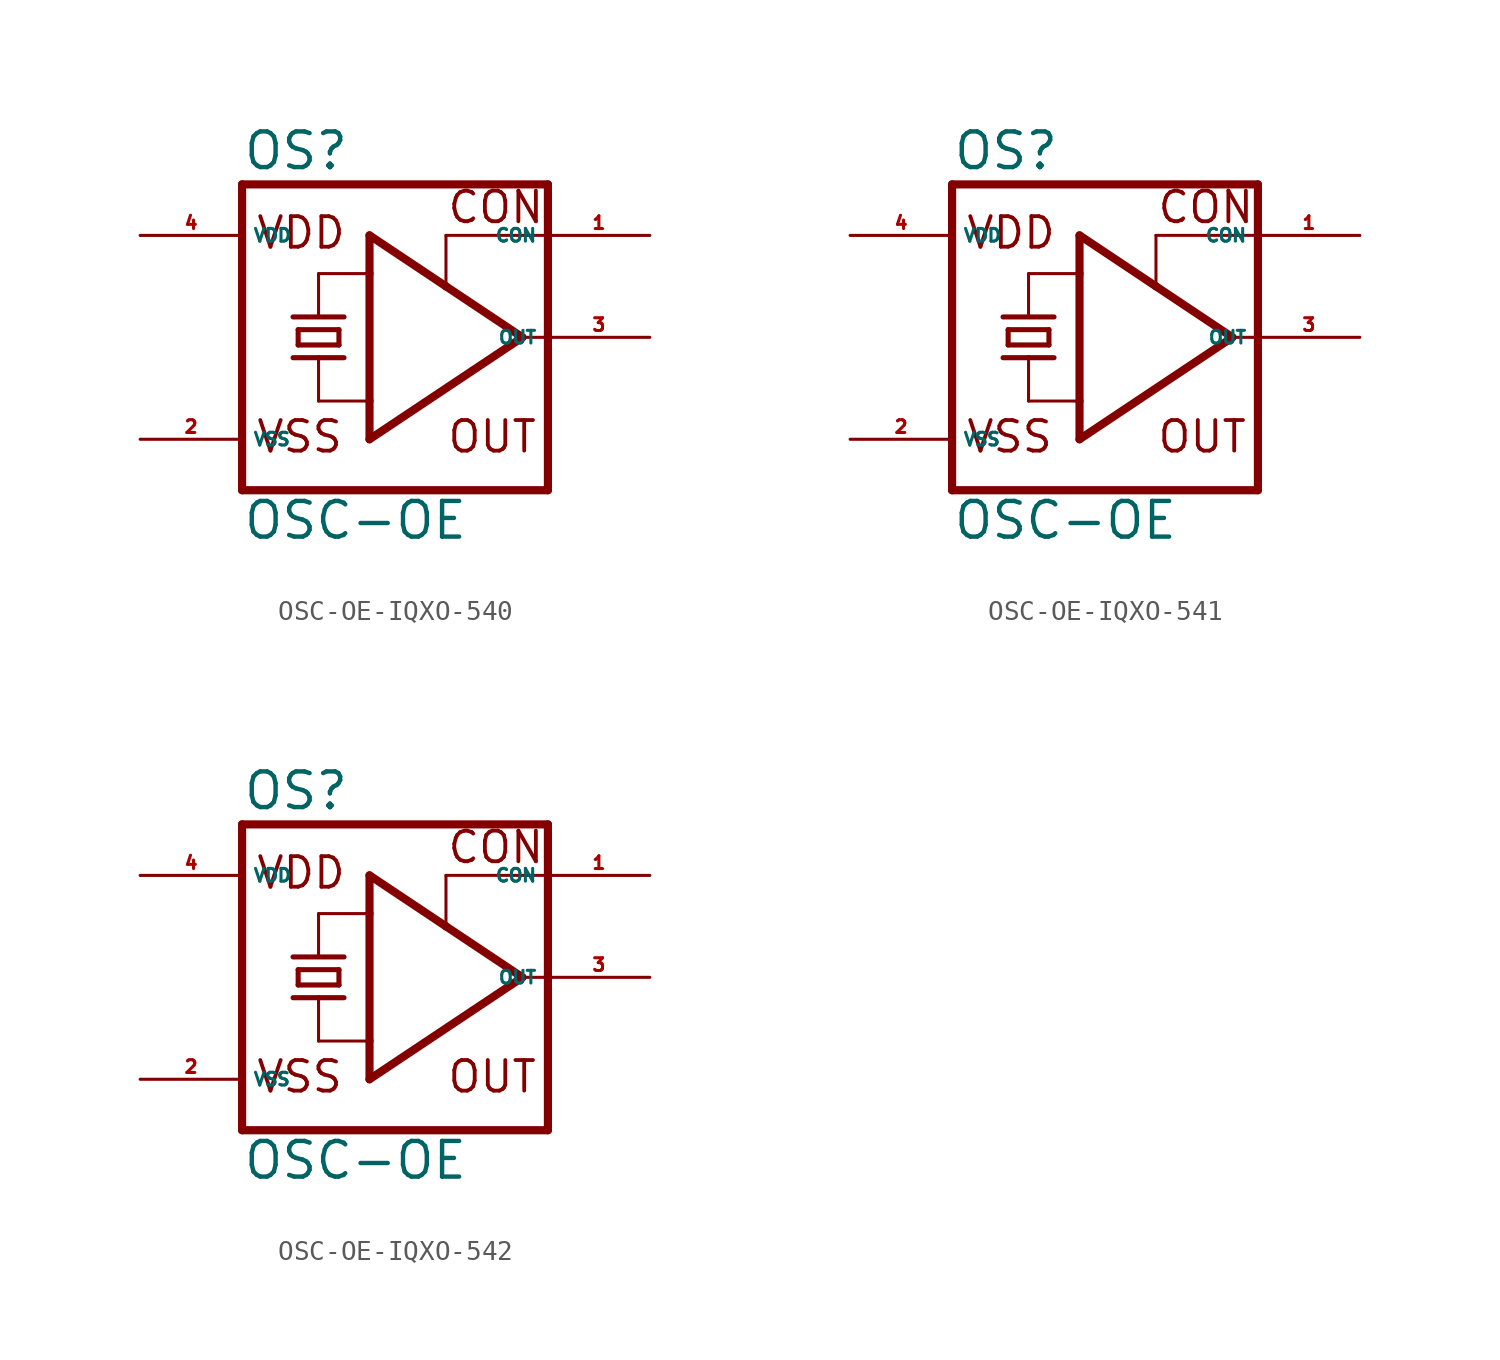
<source format=kicad_sym>
(kicad_symbol_lib
  (version 20220914)
  (generator Eagle2Kicad)
  (symbol "OSC-OE-IQXO-540"
    (property "Reference" "OS"
      (at -7.62 8.255 0)
      (effects (font (size 1.778 1.778) (thickness 0.22)) (justify left bottom)))
    (property "Value" "OSC-OE"
      (at -7.62 -10.16 0)
      (effects (font (size 1.778 1.778) (thickness 0.22)) (justify left bottom)))
    (polyline
      (pts (xy -7.62 7.62) (xy -7.62 -7.62))
      (stroke (width 0.406) (type default))
      (fill (type none)))
    (polyline
      (pts (xy 7.62 -7.62) (xy -7.62 -7.62))
      (stroke (width 0.406) (type default))
      (fill (type none)))
    (polyline
      (pts (xy 7.62 -7.62) (xy 7.62 0))
      (stroke (width 0.406) (type default))
      (fill (type none)))
    (polyline
      (pts (xy 7.62 0) (xy 7.62 5.08))
      (stroke (width 0.406) (type default))
      (fill (type none)))
    (polyline
      (pts (xy 7.62 5.08) (xy 7.62 7.62))
      (stroke (width 0.406) (type default))
      (fill (type none)))
    (polyline
      (pts (xy -7.62 7.62) (xy 7.62 7.62))
      (stroke (width 0.406) (type default))
      (fill (type none)))
    (polyline
      (pts (xy -1.27 5.08) (xy 2.54 2.54))
      (stroke (width 0.406) (type default))
      (fill (type none)))
    (polyline
      (pts (xy 2.54 2.54) (xy 6.35 0))
      (stroke (width 0.406) (type default))
      (fill (type none)))
    (polyline
      (pts (xy 6.35 0) (xy -1.27 -5.08))
      (stroke (width 0.406) (type default))
      (fill (type none)))
    (polyline
      (pts (xy -1.27 -5.08) (xy -1.27 -3.175))
      (stroke (width 0.406) (type default))
      (fill (type none)))
    (polyline
      (pts (xy -1.27 -3.175) (xy -1.27 3.175))
      (stroke (width 0.406) (type default))
      (fill (type none)))
    (polyline
      (pts (xy -1.27 3.175) (xy -1.27 5.08))
      (stroke (width 0.406) (type default))
      (fill (type none)))
    (polyline
      (pts (xy -3.81 3.175) (xy -1.27 3.175))
      (stroke (width 0.152) (type default))
      (fill (type none)))
    (polyline
      (pts (xy -3.81 -3.175) (xy -1.27 -3.175))
      (stroke (width 0.152) (type default))
      (fill (type none)))
    (polyline
      (pts (xy 6.35 0) (xy 7.62 0))
      (stroke (width 0.152) (type default))
      (fill (type none)))
    (polyline
      (pts (xy 7.62 5.08) (xy 2.54 5.08))
      (stroke (width 0.152) (type default))
      (fill (type none)))
    (polyline
      (pts (xy 2.54 5.08) (xy 2.54 2.54))
      (stroke (width 0.152) (type default))
      (fill (type none)))
    (polyline
      (pts (xy -4.826 -0.381) (xy -4.826 0.381))
      (stroke (width 0.254) (type default))
      (fill (type none)))
    (polyline
      (pts (xy -4.826 0.381) (xy -2.794 0.381))
      (stroke (width 0.254) (type default))
      (fill (type none)))
    (polyline
      (pts (xy -2.794 0.381) (xy -2.794 -0.381))
      (stroke (width 0.254) (type default))
      (fill (type none)))
    (polyline
      (pts (xy -4.826 -0.381) (xy -2.794 -0.381))
      (stroke (width 0.254) (type default))
      (fill (type none)))
    (polyline
      (pts (xy -5.08 -1.016) (xy -3.81 -1.016))
      (stroke (width 0.254) (type default))
      (fill (type none)))
    (polyline
      (pts (xy -3.81 -1.016) (xy -2.54 -1.016))
      (stroke (width 0.254) (type default))
      (fill (type none)))
    (polyline
      (pts (xy -3.81 1.016) (xy -3.81 3.175))
      (stroke (width 0.152) (type default))
      (fill (type none)))
    (polyline
      (pts (xy -3.81 -3.175) (xy -3.81 -1.016))
      (stroke (width 0.152) (type default))
      (fill (type none)))
    (polyline
      (pts (xy -5.08 1.016) (xy -2.54 1.016))
      (stroke (width 0.254) (type default))
      (fill (type none)))
    (text "VDD"
      (at -6.985 4.318 0)
      (effects (font (size 1.524 1.524) (thickness 0.19)) (justify left bottom)))
    (text "VSS"
      (at -6.985 -5.842 0)
      (effects (font (size 1.524 1.524) (thickness 0.19)) (justify left bottom)))
    (text "OUT"
      (at 2.54 -5.842 0)
      (effects (font (size 1.524 1.524) (thickness 0.19)) (justify left bottom)))
    (text "CON"
      (at 2.54 5.588 0)
      (effects (font (size 1.524 1.524) (thickness 0.19)) (justify left bottom)))
    (pin unspecified line
      (at -12.7 -5.08 0)
      (length 5.08)
      (name "VSS" (effects (font (size 0.635 0.635) (thickness 0.08)) (justify left bottom)))
      (number "2" (effects (font (size 0.635 0.635) (thickness 0.08)) (justify left bottom))))
    (pin unspecified line
      (at -12.7 5.08 0)
      (length 5.08)
      (name "VDD" (effects (font (size 0.635 0.635) (thickness 0.08)) (justify left bottom)))
      (number "4" (effects (font (size 0.635 0.635) (thickness 0.08)) (justify left bottom))))
    (pin output line
      (at 12.7 0 180)
      (length 5.08)
      (name "OUT" (effects (font (size 0.635 0.635) (thickness 0.08)) (justify left bottom)))
      (number "3" (effects (font (size 0.635 0.635) (thickness 0.08)) (justify left bottom))))
    (pin input line
      (at 12.7 5.08 180)
      (length 5.08)
      (name "CON" (effects (font (size 0.635 0.635) (thickness 0.08)) (justify left bottom)))
      (number "1" (effects (font (size 0.635 0.635) (thickness 0.08)) (justify left bottom)))))
  (symbol "OSC-OE-IQXO-541"
    (property "Reference" "OS"
      (at -7.62 8.255 0)
      (effects (font (size 1.778 1.778) (thickness 0.22)) (justify left bottom)))
    (property "Value" "OSC-OE"
      (at -7.62 -10.16 0)
      (effects (font (size 1.778 1.778) (thickness 0.22)) (justify left bottom)))
    (polyline
      (pts (xy -7.62 7.62) (xy -7.62 -7.62))
      (stroke (width 0.406) (type default))
      (fill (type none)))
    (polyline
      (pts (xy 7.62 -7.62) (xy -7.62 -7.62))
      (stroke (width 0.406) (type default))
      (fill (type none)))
    (polyline
      (pts (xy 7.62 -7.62) (xy 7.62 0))
      (stroke (width 0.406) (type default))
      (fill (type none)))
    (polyline
      (pts (xy 7.62 0) (xy 7.62 5.08))
      (stroke (width 0.406) (type default))
      (fill (type none)))
    (polyline
      (pts (xy 7.62 5.08) (xy 7.62 7.62))
      (stroke (width 0.406) (type default))
      (fill (type none)))
    (polyline
      (pts (xy -7.62 7.62) (xy 7.62 7.62))
      (stroke (width 0.406) (type default))
      (fill (type none)))
    (polyline
      (pts (xy -1.27 5.08) (xy 2.54 2.54))
      (stroke (width 0.406) (type default))
      (fill (type none)))
    (polyline
      (pts (xy 2.54 2.54) (xy 6.35 0))
      (stroke (width 0.406) (type default))
      (fill (type none)))
    (polyline
      (pts (xy 6.35 0) (xy -1.27 -5.08))
      (stroke (width 0.406) (type default))
      (fill (type none)))
    (polyline
      (pts (xy -1.27 -5.08) (xy -1.27 -3.175))
      (stroke (width 0.406) (type default))
      (fill (type none)))
    (polyline
      (pts (xy -1.27 -3.175) (xy -1.27 3.175))
      (stroke (width 0.406) (type default))
      (fill (type none)))
    (polyline
      (pts (xy -1.27 3.175) (xy -1.27 5.08))
      (stroke (width 0.406) (type default))
      (fill (type none)))
    (polyline
      (pts (xy -3.81 3.175) (xy -1.27 3.175))
      (stroke (width 0.152) (type default))
      (fill (type none)))
    (polyline
      (pts (xy -3.81 -3.175) (xy -1.27 -3.175))
      (stroke (width 0.152) (type default))
      (fill (type none)))
    (polyline
      (pts (xy 6.35 0) (xy 7.62 0))
      (stroke (width 0.152) (type default))
      (fill (type none)))
    (polyline
      (pts (xy 7.62 5.08) (xy 2.54 5.08))
      (stroke (width 0.152) (type default))
      (fill (type none)))
    (polyline
      (pts (xy 2.54 5.08) (xy 2.54 2.54))
      (stroke (width 0.152) (type default))
      (fill (type none)))
    (polyline
      (pts (xy -4.826 -0.381) (xy -4.826 0.381))
      (stroke (width 0.254) (type default))
      (fill (type none)))
    (polyline
      (pts (xy -4.826 0.381) (xy -2.794 0.381))
      (stroke (width 0.254) (type default))
      (fill (type none)))
    (polyline
      (pts (xy -2.794 0.381) (xy -2.794 -0.381))
      (stroke (width 0.254) (type default))
      (fill (type none)))
    (polyline
      (pts (xy -4.826 -0.381) (xy -2.794 -0.381))
      (stroke (width 0.254) (type default))
      (fill (type none)))
    (polyline
      (pts (xy -5.08 -1.016) (xy -3.81 -1.016))
      (stroke (width 0.254) (type default))
      (fill (type none)))
    (polyline
      (pts (xy -3.81 -1.016) (xy -2.54 -1.016))
      (stroke (width 0.254) (type default))
      (fill (type none)))
    (polyline
      (pts (xy -3.81 1.016) (xy -3.81 3.175))
      (stroke (width 0.152) (type default))
      (fill (type none)))
    (polyline
      (pts (xy -3.81 -3.175) (xy -3.81 -1.016))
      (stroke (width 0.152) (type default))
      (fill (type none)))
    (polyline
      (pts (xy -5.08 1.016) (xy -2.54 1.016))
      (stroke (width 0.254) (type default))
      (fill (type none)))
    (text "VDD"
      (at -6.985 4.318 0)
      (effects (font (size 1.524 1.524) (thickness 0.19)) (justify left bottom)))
    (text "VSS"
      (at -6.985 -5.842 0)
      (effects (font (size 1.524 1.524) (thickness 0.19)) (justify left bottom)))
    (text "OUT"
      (at 2.54 -5.842 0)
      (effects (font (size 1.524 1.524) (thickness 0.19)) (justify left bottom)))
    (text "CON"
      (at 2.54 5.588 0)
      (effects (font (size 1.524 1.524) (thickness 0.19)) (justify left bottom)))
    (pin unspecified line
      (at -12.7 -5.08 0)
      (length 5.08)
      (name "VSS" (effects (font (size 0.635 0.635) (thickness 0.08)) (justify left bottom)))
      (number "2" (effects (font (size 0.635 0.635) (thickness 0.08)) (justify left bottom))))
    (pin unspecified line
      (at -12.7 5.08 0)
      (length 5.08)
      (name "VDD" (effects (font (size 0.635 0.635) (thickness 0.08)) (justify left bottom)))
      (number "4" (effects (font (size 0.635 0.635) (thickness 0.08)) (justify left bottom))))
    (pin output line
      (at 12.7 0 180)
      (length 5.08)
      (name "OUT" (effects (font (size 0.635 0.635) (thickness 0.08)) (justify left bottom)))
      (number "3" (effects (font (size 0.635 0.635) (thickness 0.08)) (justify left bottom))))
    (pin input line
      (at 12.7 5.08 180)
      (length 5.08)
      (name "CON" (effects (font (size 0.635 0.635) (thickness 0.08)) (justify left bottom)))
      (number "1" (effects (font (size 0.635 0.635) (thickness 0.08)) (justify left bottom)))))
  (symbol "OSC-OE-IQXO-542"
    (property "Reference" "OS"
      (at -7.62 8.255 0)
      (effects (font (size 1.778 1.778) (thickness 0.22)) (justify left bottom)))
    (property "Value" "OSC-OE"
      (at -7.62 -10.16 0)
      (effects (font (size 1.778 1.778) (thickness 0.22)) (justify left bottom)))
    (polyline
      (pts (xy -7.62 7.62) (xy -7.62 -7.62))
      (stroke (width 0.406) (type default))
      (fill (type none)))
    (polyline
      (pts (xy 7.62 -7.62) (xy -7.62 -7.62))
      (stroke (width 0.406) (type default))
      (fill (type none)))
    (polyline
      (pts (xy 7.62 -7.62) (xy 7.62 0))
      (stroke (width 0.406) (type default))
      (fill (type none)))
    (polyline
      (pts (xy 7.62 0) (xy 7.62 5.08))
      (stroke (width 0.406) (type default))
      (fill (type none)))
    (polyline
      (pts (xy 7.62 5.08) (xy 7.62 7.62))
      (stroke (width 0.406) (type default))
      (fill (type none)))
    (polyline
      (pts (xy -7.62 7.62) (xy 7.62 7.62))
      (stroke (width 0.406) (type default))
      (fill (type none)))
    (polyline
      (pts (xy -1.27 5.08) (xy 2.54 2.54))
      (stroke (width 0.406) (type default))
      (fill (type none)))
    (polyline
      (pts (xy 2.54 2.54) (xy 6.35 0))
      (stroke (width 0.406) (type default))
      (fill (type none)))
    (polyline
      (pts (xy 6.35 0) (xy -1.27 -5.08))
      (stroke (width 0.406) (type default))
      (fill (type none)))
    (polyline
      (pts (xy -1.27 -5.08) (xy -1.27 -3.175))
      (stroke (width 0.406) (type default))
      (fill (type none)))
    (polyline
      (pts (xy -1.27 -3.175) (xy -1.27 3.175))
      (stroke (width 0.406) (type default))
      (fill (type none)))
    (polyline
      (pts (xy -1.27 3.175) (xy -1.27 5.08))
      (stroke (width 0.406) (type default))
      (fill (type none)))
    (polyline
      (pts (xy -3.81 3.175) (xy -1.27 3.175))
      (stroke (width 0.152) (type default))
      (fill (type none)))
    (polyline
      (pts (xy -3.81 -3.175) (xy -1.27 -3.175))
      (stroke (width 0.152) (type default))
      (fill (type none)))
    (polyline
      (pts (xy 6.35 0) (xy 7.62 0))
      (stroke (width 0.152) (type default))
      (fill (type none)))
    (polyline
      (pts (xy 7.62 5.08) (xy 2.54 5.08))
      (stroke (width 0.152) (type default))
      (fill (type none)))
    (polyline
      (pts (xy 2.54 5.08) (xy 2.54 2.54))
      (stroke (width 0.152) (type default))
      (fill (type none)))
    (polyline
      (pts (xy -4.826 -0.381) (xy -4.826 0.381))
      (stroke (width 0.254) (type default))
      (fill (type none)))
    (polyline
      (pts (xy -4.826 0.381) (xy -2.794 0.381))
      (stroke (width 0.254) (type default))
      (fill (type none)))
    (polyline
      (pts (xy -2.794 0.381) (xy -2.794 -0.381))
      (stroke (width 0.254) (type default))
      (fill (type none)))
    (polyline
      (pts (xy -4.826 -0.381) (xy -2.794 -0.381))
      (stroke (width 0.254) (type default))
      (fill (type none)))
    (polyline
      (pts (xy -5.08 -1.016) (xy -3.81 -1.016))
      (stroke (width 0.254) (type default))
      (fill (type none)))
    (polyline
      (pts (xy -3.81 -1.016) (xy -2.54 -1.016))
      (stroke (width 0.254) (type default))
      (fill (type none)))
    (polyline
      (pts (xy -3.81 1.016) (xy -3.81 3.175))
      (stroke (width 0.152) (type default))
      (fill (type none)))
    (polyline
      (pts (xy -3.81 -3.175) (xy -3.81 -1.016))
      (stroke (width 0.152) (type default))
      (fill (type none)))
    (polyline
      (pts (xy -5.08 1.016) (xy -2.54 1.016))
      (stroke (width 0.254) (type default))
      (fill (type none)))
    (text "VDD"
      (at -6.985 4.318 0)
      (effects (font (size 1.524 1.524) (thickness 0.19)) (justify left bottom)))
    (text "VSS"
      (at -6.985 -5.842 0)
      (effects (font (size 1.524 1.524) (thickness 0.19)) (justify left bottom)))
    (text "OUT"
      (at 2.54 -5.842 0)
      (effects (font (size 1.524 1.524) (thickness 0.19)) (justify left bottom)))
    (text "CON"
      (at 2.54 5.588 0)
      (effects (font (size 1.524 1.524) (thickness 0.19)) (justify left bottom)))
    (pin unspecified line
      (at -12.7 -5.08 0)
      (length 5.08)
      (name "VSS" (effects (font (size 0.635 0.635) (thickness 0.08)) (justify left bottom)))
      (number "2" (effects (font (size 0.635 0.635) (thickness 0.08)) (justify left bottom))))
    (pin unspecified line
      (at -12.7 5.08 0)
      (length 5.08)
      (name "VDD" (effects (font (size 0.635 0.635) (thickness 0.08)) (justify left bottom)))
      (number "4" (effects (font (size 0.635 0.635) (thickness 0.08)) (justify left bottom))))
    (pin output line
      (at 12.7 0 180)
      (length 5.08)
      (name "OUT" (effects (font (size 0.635 0.635) (thickness 0.08)) (justify left bottom)))
      (number "3" (effects (font (size 0.635 0.635) (thickness 0.08)) (justify left bottom))))
    (pin input line
      (at 12.7 5.08 180)
      (length 5.08)
      (name "CON" (effects (font (size 0.635 0.635) (thickness 0.08)) (justify left bottom)))
      (number "1" (effects (font (size 0.635 0.635) (thickness 0.08)) (justify left bottom))))))
</source>
